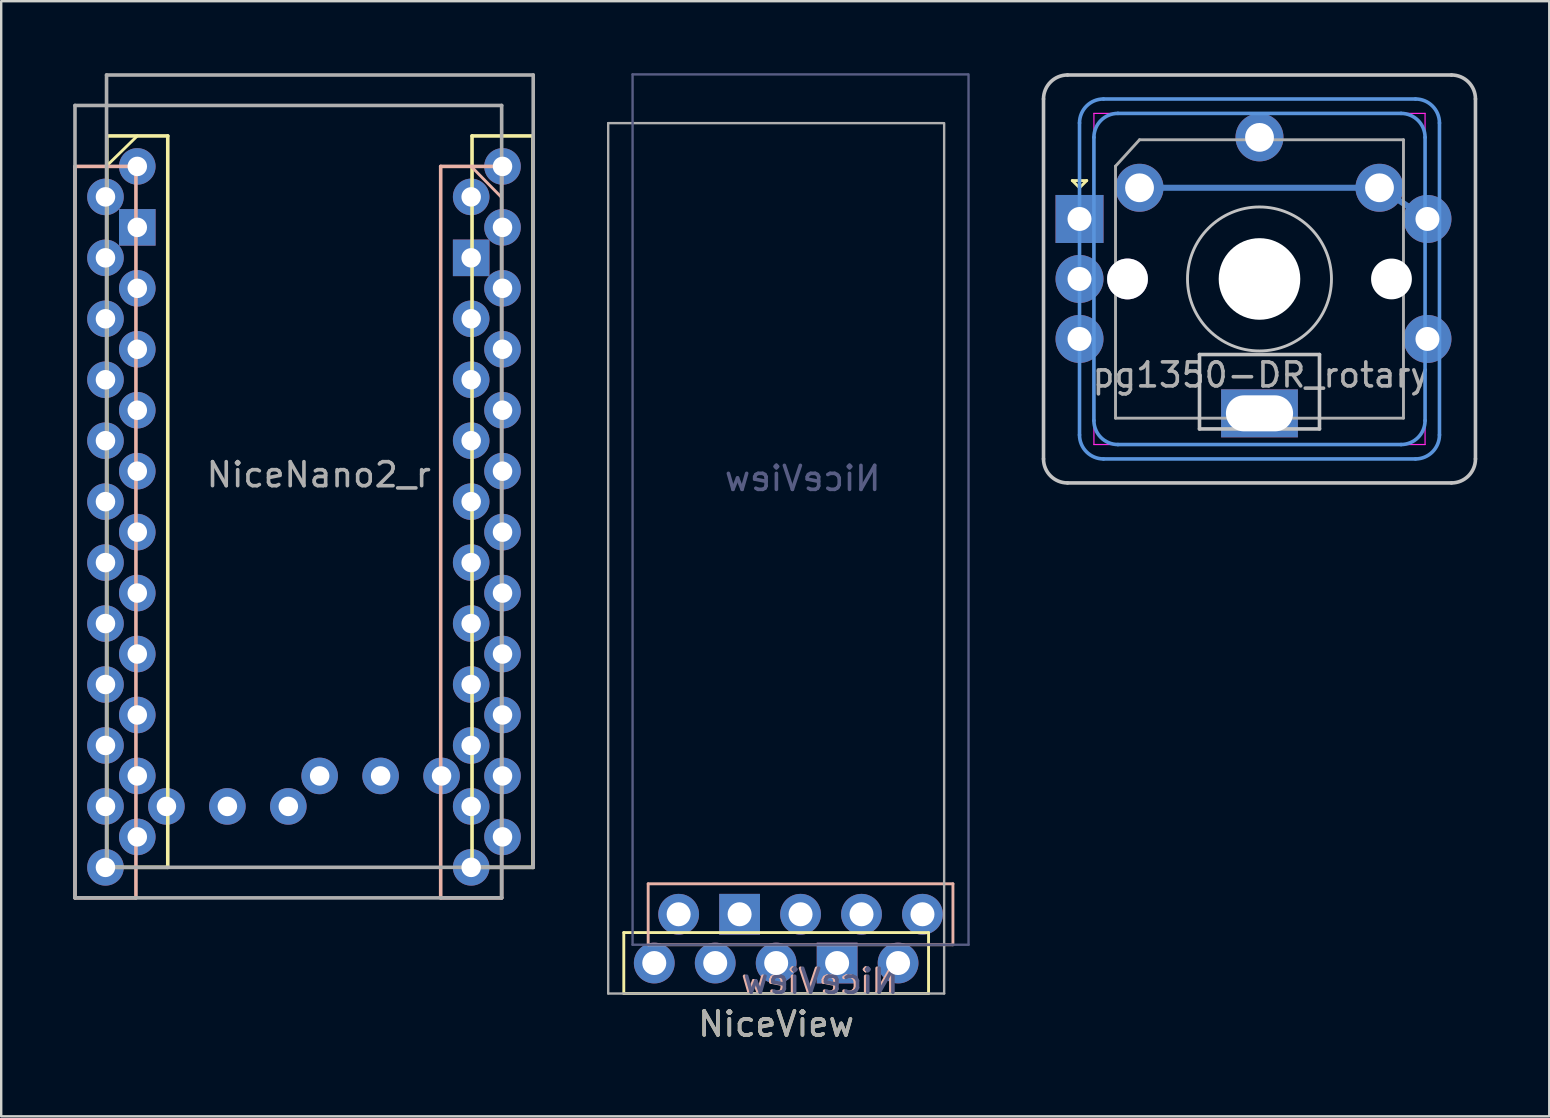
<source format=kicad_pcb>
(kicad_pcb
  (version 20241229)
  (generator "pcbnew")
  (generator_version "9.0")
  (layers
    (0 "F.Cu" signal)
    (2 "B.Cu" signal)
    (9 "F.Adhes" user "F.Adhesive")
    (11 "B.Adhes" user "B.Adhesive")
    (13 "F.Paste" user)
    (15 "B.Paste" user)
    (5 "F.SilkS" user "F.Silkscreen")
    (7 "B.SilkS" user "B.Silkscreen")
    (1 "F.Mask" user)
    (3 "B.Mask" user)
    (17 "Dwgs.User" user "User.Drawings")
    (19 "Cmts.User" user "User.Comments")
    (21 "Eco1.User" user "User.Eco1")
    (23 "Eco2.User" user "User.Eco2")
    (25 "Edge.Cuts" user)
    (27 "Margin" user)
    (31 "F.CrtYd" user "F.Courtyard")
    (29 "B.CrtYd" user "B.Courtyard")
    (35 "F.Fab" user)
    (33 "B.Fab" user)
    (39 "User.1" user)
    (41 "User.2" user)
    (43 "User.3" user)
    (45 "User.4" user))
  (footprint "NiceNano2_r"
    (layer "F.Cu")
    (at 10.235 18.363)
    (property "Reference" "NiceNano2_r" (at 0 -1.63 0) (layer "F.Fab") (effects (font (size 1 1) (thickness 0.15))))
    (attr through_hole)
    (fp_line (start -8.834 -15.748) (end -6.294 -15.748) (stroke (width 0.15) (type solid)) (layer "F.SilkS"))
    (fp_line (start -8.834 14.732) (end -8.834 -15.748) (stroke (width 0.15) (type solid)) (layer "F.SilkS"))
    (fp_line (start -7.564 -15.748) (end -8.839 -14.503) (stroke (width 0.12) (type solid)) (layer "F.SilkS"))
    (fp_line (start -6.294 -15.748) (end -6.294 14.732) (stroke (width 0.15) (type solid)) (layer "F.SilkS"))
    (fp_line (start -6.294 14.732) (end -8.834 14.732) (stroke (width 0.15) (type solid)) (layer "F.SilkS"))
    (fp_line (start 6.386 -15.748) (end 8.926 -15.748) (stroke (width 0.15) (type solid)) (layer "F.SilkS"))
    (fp_line (start 6.386 14.732) (end 6.386 -15.748) (stroke (width 0.15) (type solid)) (layer "F.SilkS"))
    (fp_line (start 8.926 -15.748) (end 8.926 14.732) (stroke (width 0.15) (type solid)) (layer "F.SilkS"))
    (fp_line (start 8.926 14.732) (end 6.386 14.732) (stroke (width 0.15) (type solid)) (layer "F.SilkS"))
    (fp_line (start -10.16 -14.478) (end -7.62 -14.478) (stroke (width 0.15) (type solid)) (layer "B.SilkS"))
    (fp_line (start -10.16 16.002) (end -10.16 -14.478) (stroke (width 0.15) (type solid)) (layer "B.SilkS"))
    (fp_line (start -7.62 -14.478) (end -7.62 16.002) (stroke (width 0.15) (type solid)) (layer "B.SilkS"))
    (fp_line (start -7.62 16.002) (end -10.16 16.002) (stroke (width 0.15) (type solid)) (layer "B.SilkS"))
    (fp_line (start 5.08 -14.478) (end 7.62 -14.478) (stroke (width 0.15) (type solid)) (layer "B.SilkS"))
    (fp_line (start 5.08 16.002) (end 5.08 -14.478) (stroke (width 0.15) (type solid)) (layer "B.SilkS"))
    (fp_line (start 6.375 -14.453) (end 7.62 -13.183) (stroke (width 0.12) (type solid)) (layer "B.SilkS"))
    (fp_line (start 7.62 -14.478) (end 7.62 16.002) (stroke (width 0.15) (type solid)) (layer "B.SilkS"))
    (fp_line (start 7.62 16.002) (end 5.08 16.002) (stroke (width 0.15) (type solid)) (layer "B.SilkS"))
    (fp_line (start -10.16 -17.018) (end 7.62 -17.018) (stroke (width 0.15) (type solid)) (layer "F.Fab"))
    (fp_line (start -10.16 16.002) (end -10.16 -17.018) (stroke (width 0.15) (type solid)) (layer "F.Fab"))
    (fp_line (start -8.845 -18.288) (end 8.935 -18.288) (stroke (width 0.15) (type solid)) (layer "F.Fab"))
    (fp_line (start -8.845 14.732) (end -8.845 -18.288) (stroke (width 0.15) (type solid)) (layer "F.Fab"))
    (fp_line (start 7.62 -17.018) (end 7.62 16.002) (stroke (width 0.15) (type solid)) (layer "F.Fab"))
    (fp_line (start 7.62 16.002) (end -10.16 16.002) (stroke (width 0.15) (type solid)) (layer "F.Fab"))
    (fp_line (start 8.935 -18.288) (end 8.935 14.732) (stroke (width 0.15) (type solid)) (layer "F.Fab"))
    (fp_line (start 8.935 14.732) (end -8.845 14.732) (stroke (width 0.15) (type solid)) (layer "F.Fab"))
    (fp_line (start -9.779 -14.351) (end -9.779 14.732) (stroke (width 0.12) (type solid)) (layer "User.3"))
    (fp_line (start -6.731 -14.351) (end -6.731 14.732) (stroke (width 0.12) (type solid)) (layer "User.3"))
    (fp_line (start 5.461 -14.351) (end 5.461 14.732) (stroke (width 0.12) (type solid)) (layer "User.3"))
    (fp_line (start 8.509 -14.351) (end 8.509 14.732) (stroke (width 0.12) (type solid)) (layer "User.3"))
    (fp_arc (start -9.779 -14.351) (mid -8.255 -15.875) (end -6.731 -14.351) (stroke (width 0.12) (type solid)) (layer "User.3"))
    (fp_arc (start -6.731 14.732) (mid -8.255 16.256) (end -9.779 14.732) (stroke (width 0.12) (type solid)) (layer "User.3"))
    (fp_arc (start 5.461 -14.351) (mid 6.985 -15.875) (end 8.509 -14.351) (stroke (width 0.12) (type solid)) (layer "User.3"))
    (fp_arc (start 8.509 14.732) (mid 6.985 16.256) (end 5.461 14.732) (stroke (width 0.12) (type solid)) (layer "User.3"))
    (pad "1" thru_hole circle (at -8.89 -13.208) (size 1.524 1.524) (drill 0.813) (layers "*.Cu" "F.Mask"))
    (pad "1" thru_hole circle (at 7.656 -14.478) (size 1.524 1.524) (drill 0.813) (layers "*.Cu" "B.Mask"))
    (pad "2" thru_hole circle (at -8.89 -10.668) (size 1.524 1.524) (drill 0.813) (layers "*.Cu" "F.Mask"))
    (pad "2" thru_hole circle (at 7.656 -11.938) (size 1.524 1.524) (drill 0.813) (layers "*.Cu" "B.Mask"))
    (pad "3" thru_hole circle (at -8.89 -8.128) (size 1.524 1.524) (drill 0.813) (layers "*.Cu" "F.Mask"))
    (pad "3" thru_hole circle (at 7.656 -9.398) (size 1.524 1.524) (drill 0.813) (layers "*.Cu" "B.Mask"))
    (pad "4" thru_hole circle (at -8.89 -5.588) (size 1.524 1.524) (drill 0.813) (layers "*.Cu" "F.Mask"))
    (pad "4" thru_hole circle (at 7.656 -6.858) (size 1.524 1.524) (drill 0.813) (layers "*.Cu" "B.Mask"))
    (pad "5" thru_hole circle (at -8.89 -3.048) (size 1.524 1.524) (drill 0.813) (layers "*.Cu" "F.Mask"))
    (pad "5" thru_hole circle (at 7.656 -4.318) (size 1.524 1.524) (drill 0.813) (layers "*.Cu" "B.Mask"))
    (pad "6" thru_hole circle (at -8.89 -0.508) (size 1.524 1.524) (drill 0.813) (layers "*.Cu" "F.Mask"))
    (pad "6" thru_hole circle (at 7.656 -1.778) (size 1.524 1.524) (drill 0.813) (layers "*.Cu" "B.Mask"))
    (pad "7" thru_hole circle (at -8.89 2.032) (size 1.524 1.524) (drill 0.813) (layers "*.Cu" "F.Mask"))
    (pad "7" thru_hole circle (at 7.656 0.762) (size 1.524 1.524) (drill 0.813) (layers "*.Cu" "B.Mask"))
    (pad "8" thru_hole circle (at -8.89 4.572) (size 1.524 1.524) (drill 0.813) (layers "*.Cu" "F.Mask"))
    (pad "8" thru_hole circle (at 7.656 3.302) (size 1.524 1.524) (drill 0.813) (layers "*.Cu" "B.Mask"))
    (pad "9" thru_hole circle (at -8.89 7.112) (size 1.524 1.524) (drill 0.813) (layers "*.Cu" "F.Mask"))
    (pad "9" thru_hole circle (at 7.656 5.842) (size 1.524 1.524) (drill 0.813) (layers "*.Cu" "B.Mask"))
    (pad "10" thru_hole circle (at -8.89 9.652) (size 1.524 1.524) (drill 0.813) (layers "*.Cu" "F.Mask"))
    (pad "10" thru_hole circle (at 7.656 8.382) (size 1.524 1.524) (drill 0.813) (layers "*.Cu" "B.Mask"))
    (pad "11" thru_hole circle (at -8.89 12.192) (size 1.524 1.524) (drill 0.813) (layers "*.Cu" "F.Mask"))
    (pad "11" thru_hole circle (at 7.656 10.922) (size 1.524 1.524) (drill 0.813) (layers "*.Cu" "B.Mask"))
    (pad "12" thru_hole circle (at -8.89 14.732) (size 1.524 1.524) (drill 0.813) (layers "*.Cu" "F.Mask"))
    (pad "12" thru_hole circle (at 7.656 13.462) (size 1.524 1.524) (drill 0.813) (layers "*.Cu" "B.Mask"))
    (pad "13" thru_hole circle (at -7.564 13.462) (size 1.524 1.524) (drill 0.813) (layers "*.Cu" "B.Mask"))
    (pad "13" thru_hole circle (at 6.35 14.732) (size 1.524 1.524) (drill 0.813) (layers "*.Cu" "F.Mask"))
    (pad "14" thru_hole circle (at -7.564 10.922) (size 1.524 1.524) (drill 0.813) (layers "*.Cu" "B.Mask"))
    (pad "14" thru_hole circle (at 6.35 12.192) (size 1.524 1.524) (drill 0.813) (layers "*.Cu" "F.Mask"))
    (pad "15" thru_hole circle (at -7.564 8.382) (size 1.524 1.524) (drill 0.813) (layers "*.Cu" "B.Mask"))
    (pad "15" thru_hole circle (at 6.35 9.652) (size 1.524 1.524) (drill 0.813) (layers "*.Cu" "F.Mask"))
    (pad "16" thru_hole circle (at -7.564 5.842) (size 1.524 1.524) (drill 0.813) (layers "*.Cu" "B.Mask"))
    (pad "16" thru_hole circle (at 6.35 7.112) (size 1.524 1.524) (drill 0.813) (layers "*.Cu" "F.Mask"))
    (pad "17" thru_hole circle (at -7.564 3.302) (size 1.524 1.524) (drill 0.813) (layers "*.Cu" "B.Mask"))
    (pad "17" thru_hole circle (at 6.35 4.572) (size 1.524 1.524) (drill 0.813) (layers "*.Cu" "F.Mask"))
    (pad "18" thru_hole circle (at -7.564 0.762) (size 1.524 1.524) (drill 0.813) (layers "*.Cu" "B.Mask"))
    (pad "18" thru_hole circle (at 6.35 2.032) (size 1.524 1.524) (drill 0.813) (layers "*.Cu" "F.Mask"))
    (pad "19" thru_hole circle (at -7.564 -1.778) (size 1.524 1.524) (drill 0.813) (layers "*.Cu" "B.Mask"))
    (pad "19" thru_hole circle (at 6.35 -0.508) (size 1.524 1.524) (drill 0.813) (layers "*.Cu" "F.Mask"))
    (pad "20" thru_hole circle (at -7.564 -4.318) (size 1.524 1.524) (drill 0.813) (layers "*.Cu" "B.Mask"))
    (pad "20" thru_hole circle (at 6.35 -3.048) (size 1.524 1.524) (drill 0.813) (layers "*.Cu" "F.Mask"))
    (pad "21" thru_hole circle (at -7.564 -6.858) (size 1.524 1.524) (drill 0.813) (layers "*.Cu" "B.Mask"))
    (pad "21" thru_hole circle (at 6.35 -5.588) (size 1.524 1.524) (drill 0.813) (layers "*.Cu" "F.Mask"))
    (pad "22" thru_hole circle (at -7.564 -9.398) (size 1.524 1.524) (drill 0.813) (layers "*.Cu" "B.Mask"))
    (pad "22" thru_hole circle (at 6.35 -8.128) (size 1.524 1.524) (drill 0.813) (layers "*.Cu" "F.Mask"))
    (pad "23" thru_hole rect (at -7.564 -11.938) (size 1.524 1.524) (drill 0.813) (layers "*.Cu" "B.Mask"))
    (pad "23" thru_hole rect (at 6.35 -10.668) (size 1.524 1.524) (drill 0.813) (layers "*.Cu" "F.Mask"))
    (pad "24" thru_hole circle (at -7.564 -14.478) (size 1.524 1.524) (drill 0.813) (layers "*.Cu" "B.Mask"))
    (pad "24" thru_hole circle (at 6.35 -13.208) (size 1.524 1.524) (drill 0.813) (layers "*.Cu" "F.Mask"))
    (pad "25" thru_hole circle (at -6.35 12.192) (size 1.524 1.524) (drill 0.813) (layers "*.Cu" "F.Mask"))
    (pad "25" thru_hole circle (at 5.116 10.922) (size 1.524 1.524) (drill 0.813) (layers "*.Cu" "B.Mask"))
    (pad "26" thru_hole circle (at -3.81 12.192) (size 1.524 1.524) (drill 0.813) (layers "*.Cu" "F.Mask"))
    (pad "26" thru_hole circle (at 2.576 10.922) (size 1.524 1.524) (drill 0.813) (layers "*.Cu" "B.Mask"))
    (pad "27" thru_hole circle (at -1.27 12.192) (size 1.524 1.524) (drill 0.813) (layers "*.Cu" "F.Mask"))
    (pad "27" thru_hole circle (at 0.036 10.922) (size 1.524 1.524) (drill 0.813) (layers "*.Cu" "B.Mask")))
  (footprint "pg1350-DR_rotary"
    (layer "F.Cu")
    (at 49.436 13.075)
    (property "Reference" "pg1350-DR_rotary" (at 0.05 -0.5 0) (layer "F.Fab") (effects (font (size 1 1) (thickness 0.15))))
    (attr through_hole)
    (fp_line (start -7.8 -8.6) (end -7.2 -8.6) (stroke (width 0.12) (type solid)) (layer "F.SilkS"))
    (fp_line (start -7.5 -8.3) (end -7.8 -8.6) (stroke (width 0.12) (type solid)) (layer "F.SilkS"))
    (fp_line (start -7.2 -8.6) (end -7.5 -8.3) (stroke (width 0.12) (type solid)) (layer "F.SilkS"))
    (fp_line (start -9 3) (end -9 -12) (stroke (width 0.15) (type solid)) (layer "Dwgs.User"))
    (fp_line (start -8 -13) (end 8 -13) (stroke (width 0.15) (type solid)) (layer "Dwgs.User"))
    (fp_line (start -2.5 -1.35) (end -2.5 1.75) (stroke (width 0.15) (type solid)) (layer "Dwgs.User"))
    (fp_line (start -2.5 1.75) (end 2.5 1.75) (stroke (width 0.15) (type solid)) (layer "Dwgs.User"))
    (fp_line (start 2.5 -1.35) (end -2.5 -1.35) (stroke (width 0.15) (type solid)) (layer "Dwgs.User"))
    (fp_line (start 2.5 1.75) (end 2.5 -1.35) (stroke (width 0.15) (type solid)) (layer "Dwgs.User"))
    (fp_line (start 8 4) (end -8 4) (stroke (width 0.15) (type solid)) (layer "Dwgs.User"))
    (fp_line (start 9 -12) (end 9 3) (stroke (width 0.15) (type solid)) (layer "Dwgs.User"))
    (fp_arc (start -9 -12) (mid -8.707107 -12.707107) (end -8 -13) (stroke (width 0.15) (type solid)) (layer "Dwgs.User"))
    (fp_arc (start -8 4) (mid -8.707107 3.707107) (end -9 3) (stroke (width 0.15) (type solid)) (layer "Dwgs.User"))
    (fp_arc (start 8 -13) (mid 8.707107 -12.707107) (end 9 -12) (stroke (width 0.15) (type solid)) (layer "Dwgs.User"))
    (fp_arc (start 9 3) (mid 8.707107 3.707107) (end 8 4) (stroke (width 0.15) (type solid)) (layer "Dwgs.User"))
    (fp_circle (center 0 -4.5) (end 3 -4.5) (stroke (width 0.12) (type solid)) (fill no) (layer "Dwgs.User"))
    (fp_line (start -7.5 2) (end -7.5 -11) (stroke (width 0.15) (type solid)) (layer "Cmts.User"))
    (fp_line (start -6.9 1.4) (end -6.9 -10.4) (stroke (width 0.15) (type solid)) (layer "Cmts.User"))
    (fp_line (start -6.5 -12) (end 6.5 -12) (stroke (width 0.15) (type solid)) (layer "Cmts.User"))
    (fp_line (start -5.9 -11.4) (end 5.9 -11.4) (stroke (width 0.15) (type solid)) (layer "Cmts.User"))
    (fp_line (start 5.9 2.4) (end -5.9 2.4) (stroke (width 0.15) (type solid)) (layer "Cmts.User"))
    (fp_line (start 6.5 3) (end -6.5 3) (stroke (width 0.15) (type solid)) (layer "Cmts.User"))
    (fp_line (start 6.9 -10.4) (end 6.9 1.4) (stroke (width 0.15) (type solid)) (layer "Cmts.User"))
    (fp_line (start 7.5 -11) (end 7.5 2) (stroke (width 0.15) (type solid)) (layer "Cmts.User"))
    (fp_arc (start -7.5 -11) (mid -7.207107 -11.707107) (end -6.5 -12) (stroke (width 0.15) (type solid)) (layer "Cmts.User"))
    (fp_arc (start -6.9 -10.4) (mid -6.607107 -11.107107) (end -5.9 -11.4) (stroke (width 0.15) (type solid)) (layer "Cmts.User"))
    (fp_arc (start -6.5 3) (mid -7.207107 2.707107) (end -7.5 2) (stroke (width 0.15) (type solid)) (layer "Cmts.User"))
    (fp_arc (start -5.9 2.4) (mid -6.607107 2.107107) (end -6.9 1.4) (stroke (width 0.15) (type solid)) (layer "Cmts.User"))
    (fp_arc (start 5.9 -11.4) (mid 6.607107 -11.107107) (end 6.9 -10.4) (stroke (width 0.15) (type solid)) (layer "Cmts.User"))
    (fp_arc (start 6.5 -12) (mid 7.207107 -11.707107) (end 7.5 -11) (stroke (width 0.15) (type solid)) (layer "Cmts.User"))
    (fp_arc (start 6.9 1.4) (mid 6.607107 2.107107) (end 5.9 2.4) (stroke (width 0.15) (type solid)) (layer "Cmts.User"))
    (fp_arc (start 7.5 2) (mid 7.207107 2.707107) (end 6.5 3) (stroke (width 0.15) (type solid)) (layer "Cmts.User"))
    (fp_line (start -8.707 2.793) (end -8.707 -11.707) (stroke (width 0.15) (type solid)) (layer "Eco2.User"))
    (fp_line (start -7.707 -12.707) (end 7.793 -12.707) (stroke (width 0.15) (type solid)) (layer "Eco2.User"))
    (fp_line (start 7.793 3.793) (end -7.707 3.793) (stroke (width 0.15) (type solid)) (layer "Eco2.User"))
    (fp_line (start 8.793 2.793) (end 8.793 -11.707) (stroke (width 0.15) (type solid)) (layer "Eco2.User"))
    (fp_arc (start -8.707107 -11.707106) (mid -8.414213 -12.414212) (end -7.707107 -12.707106) (stroke (width 0.15) (type solid)) (layer "Eco2.User"))
    (fp_arc (start -7.707107 3.792894) (mid -8.414213 3.5) (end -8.707107 2.792894) (stroke (width 0.15) (type solid)) (layer "Eco2.User"))
    (fp_arc (start 7.792893 -12.707106) (mid 8.499999 -12.414212) (end 8.792893 -11.707106) (stroke (width 0.15) (type solid)) (layer "Eco2.User"))
    (fp_arc (start 8.792893 2.792894) (mid 8.499999 3.5) (end 7.792893 3.792894) (stroke (width 0.15) (type solid)) (layer "Eco2.User"))
    (fp_line (start -6.9 -11.4) (end -6.9 2.4) (stroke (width 0.05) (type solid)) (layer "F.CrtYd"))
    (fp_line (start -6.9 -11.4) (end 6.9 -11.4) (stroke (width 0.05) (type solid)) (layer "F.CrtYd"))
    (fp_line (start 6.9 2.4) (end -6.9 2.4) (stroke (width 0.05) (type solid)) (layer "F.CrtYd"))
    (fp_line (start 6.9 2.4) (end 6.9 -11.4) (stroke (width 0.05) (type solid)) (layer "F.CrtYd"))
    (fp_line (start -6 -9.2) (end -5 -10.3) (stroke (width 0.12) (type solid)) (layer "F.Fab"))
    (fp_line (start -6 1.3) (end -6 -9.2) (stroke (width 0.12) (type solid)) (layer "F.Fab"))
    (fp_line (start -5 -10.3) (end 6 -10.3) (stroke (width 0.12) (type solid)) (layer "F.Fab"))
    (fp_line (start 6 -10.3) (end 6 1.3) (stroke (width 0.12) (type solid)) (layer "F.Fab"))
    (fp_line (start 6 1.3) (end -6 1.3) (stroke (width 0.12) (type solid)) (layer "F.Fab"))
    (pad "" np_thru_hole circle (at 0 -4.5) (size 3.4 3.4) (drill 3.4) (layers "*.Cu" "*.Mask"))
    (pad "" np_thru_hole rect (at 0 1.1) (size 3.2 2) (drill oval 2.8 1.5) (layers "*.Cu" "*.Mask"))
    (pad "" np_thru_hole circle (at 5.5 -4.5) (size 1.7 1.7) (drill 1.7) (layers "*.Cu" "*.Mask"))
    (pad "A" thru_hole rect (at -7.5 -7) (size 2 2) (drill 1) (layers "*.Cu" "*.Mask"))
    (pad "B" thru_hole circle (at -7.5 -2) (size 2 2) (drill 1) (layers "*.Cu" "*.Mask"))
    (pad "C" thru_hole circle (at -7.5 -4.5) (size 2 2) (drill 1) (layers "*.Cu" "*.Mask"))
    (pad "C" thru_hole circle (at -5.5 -4.5) (size 1.7 1.7) (drill 1.7) (layers "*.Cu" "*.Mask"))
    (pad "S1" thru_hole circle (at 0 -10.4) (size 2 2) (drill 1.2) (layers "*.Cu" "*.Mask"))
    (pad "S1" thru_hole circle (at 7 -2) (size 2 2) (drill 1) (layers "*.Cu" "*.Mask"))
    (pad "S2" connect custom (at -5 -8.3) (size 0.9 0.9) (layers "B.Cu") (options (anchor circle)) (primitives (gr_line (start 0 0) (end 10 0) (width 0.254))))
    (pad "S2" thru_hole circle (at -5 -8.3) (size 2 2) (drill 1.2) (layers "*.Cu" "F.Mask"))
    (pad "S2" connect custom (at 5 -8.3) (size 0.9 0.9) (layers "B.Cu") (options (anchor circle)) (primitives (gr_line (start 0 0) (end 2 1.3) (width 0.254))))
    (pad "S2" thru_hole circle (at 5 -8.3) (size 2 2) (drill 1.2) (layers "*.Cu" "B.Mask"))
    (pad "S2" thru_hole circle (at 7 -7) (size 2 2) (drill 1) (layers "*.Cu" "*.Mask")))
  (footprint "NiceView"
    (layer "F.Cu")
    (at 29.295 37.082)
    (property "Reference" "NiceView" (at 0 2.54 180) (layer "F.SilkS") (effects (font (size 1 1) (thickness 0.15))))
    (property "Value" "NiceView" (at 0 -18.415 180) (layer "F.Fab") (hide yes) (effects (font (size 1 1) (thickness 0.15))))
    (attr through_hole)
    (fp_line (start -6.35 -1.27) (end 6.35 -1.27) (stroke (width 0.12) (type solid)) (layer "F.SilkS"))
    (fp_line (start -6.35 1.27) (end -6.35 -1.27) (stroke (width 0.12) (type solid)) (layer "F.SilkS"))
    (fp_line (start 6.35 -1.27) (end 6.35 1.27) (stroke (width 0.12) (type solid)) (layer "F.SilkS"))
    (fp_line (start 6.35 1.27) (end -6.35 1.27) (stroke (width 0.12) (type solid)) (layer "F.SilkS"))
    (fp_line (start -5.334 -3.302) (end -5.334 -0.762) (stroke (width 0.12) (type solid)) (layer "B.SilkS"))
    (fp_line (start -5.334 -0.762) (end 7.366 -0.762) (stroke (width 0.12) (type solid)) (layer "B.SilkS"))
    (fp_line (start 7.366 -3.302) (end -5.334 -3.302) (stroke (width 0.12) (type solid)) (layer "B.SilkS"))
    (fp_line (start 7.366 -0.762) (end 7.366 -3.302) (stroke (width 0.12) (type solid)) (layer "B.SilkS"))
    (fp_line (start -5.984 -37.032) (end 7.986 -37.032) (stroke (width 0.1) (type solid)) (layer "B.Fab"))
    (fp_line (start -5.984 -0.762) (end -5.984 -37.032) (stroke (width 0.1) (type solid)) (layer "B.Fab"))
    (fp_line (start 8.016 -37.032) (end 8.016 -0.762) (stroke (width 0.1) (type solid)) (layer "B.Fab"))
    (fp_line (start 8.016 -0.762) (end -5.984 -0.762) (stroke (width 0.1) (type solid)) (layer "B.Fab"))
    (fp_line (start -7 -35) (end -7 1.27) (stroke (width 0.1) (type solid)) (layer "F.Fab"))
    (fp_line (start -7 1.27) (end 7 1.27) (stroke (width 0.1) (type solid)) (layer "F.Fab"))
    (fp_line (start 6.97 -35) (end -7 -35) (stroke (width 0.1) (type solid)) (layer "F.Fab"))
    (fp_line (start 7 1.27) (end 7 -35) (stroke (width 0.1) (type solid)) (layer "F.Fab"))
    (fp_text user "${REFERENCE}" (at 1.778 0.762 180) (layer "B.SilkS") (effects (font (size 1 1) (thickness 0.15)) (justify mirror)))
    (fp_text user "${VALUE}" (at 1.104 -20.194 180) (layer "B.Fab") (effects (font (size 1 1) (thickness 0.15)) (justify mirror)))
    (fp_text user "${REFERENCE}" (at 1.865 0.761 180) (layer "B.Fab") (effects (font (size 1 1) (thickness 0.15)) (justify mirror)))
    (fp_text user "${REFERENCE}" (at 0 2.54 180) (layer "F.Fab") (effects (font (size 1 1) (thickness 0.15))))
    (pad "1" thru_hole circle (at -5.08 0 90) (size 1.7 1.7) (drill 1) (layers "*.Cu" "F.Mask"))
    (pad "1" thru_hole circle (at 6.096 -2.032 270) (size 1.7 1.7) (drill 1) (layers "*.Cu" "B.Mask"))
    (pad "2" thru_hole circle (at -2.54 0 90) (size 1.7 1.7) (drill 1) (layers "*.Cu" "F.Mask"))
    (pad "2" thru_hole circle (at 3.556 -2.032 270) (size 1.7 1.7) (drill 1) (layers "*.Cu" "B.Mask"))
    (pad "3" thru_hole oval (at 0 0 90) (size 1.7 1.7) (drill 1) (layers "*.Cu" "F.Mask"))
    (pad "3" thru_hole oval (at 1.016 -2.032 270) (size 1.7 1.7) (drill 1) (layers "*.Cu" "B.Mask"))
    (pad "4" thru_hole rect (at -1.524 -2.032 270) (size 1.7 1.7) (drill 1) (layers "*.Cu" "B.Mask"))
    (pad "4" thru_hole rect (at 2.54 0 90) (size 1.7 1.7) (drill 1) (layers "*.Cu" "F.Mask"))
    (pad "5" thru_hole oval (at -4.064 -2.032 270) (size 1.7 1.7) (drill 1) (layers "*.Cu" "B.Mask"))
    (pad "5" thru_hole oval (at 5.08 0 90) (size 1.7 1.7) (drill 1) (layers "*.Cu" "F.Mask")))
  (gr_rect
    (start -3 -3)
    (end 61.511 43.47)
    (stroke (width 0.1) (type default))
    (fill no)
    (layer "Edge.Cuts")))
</source>
